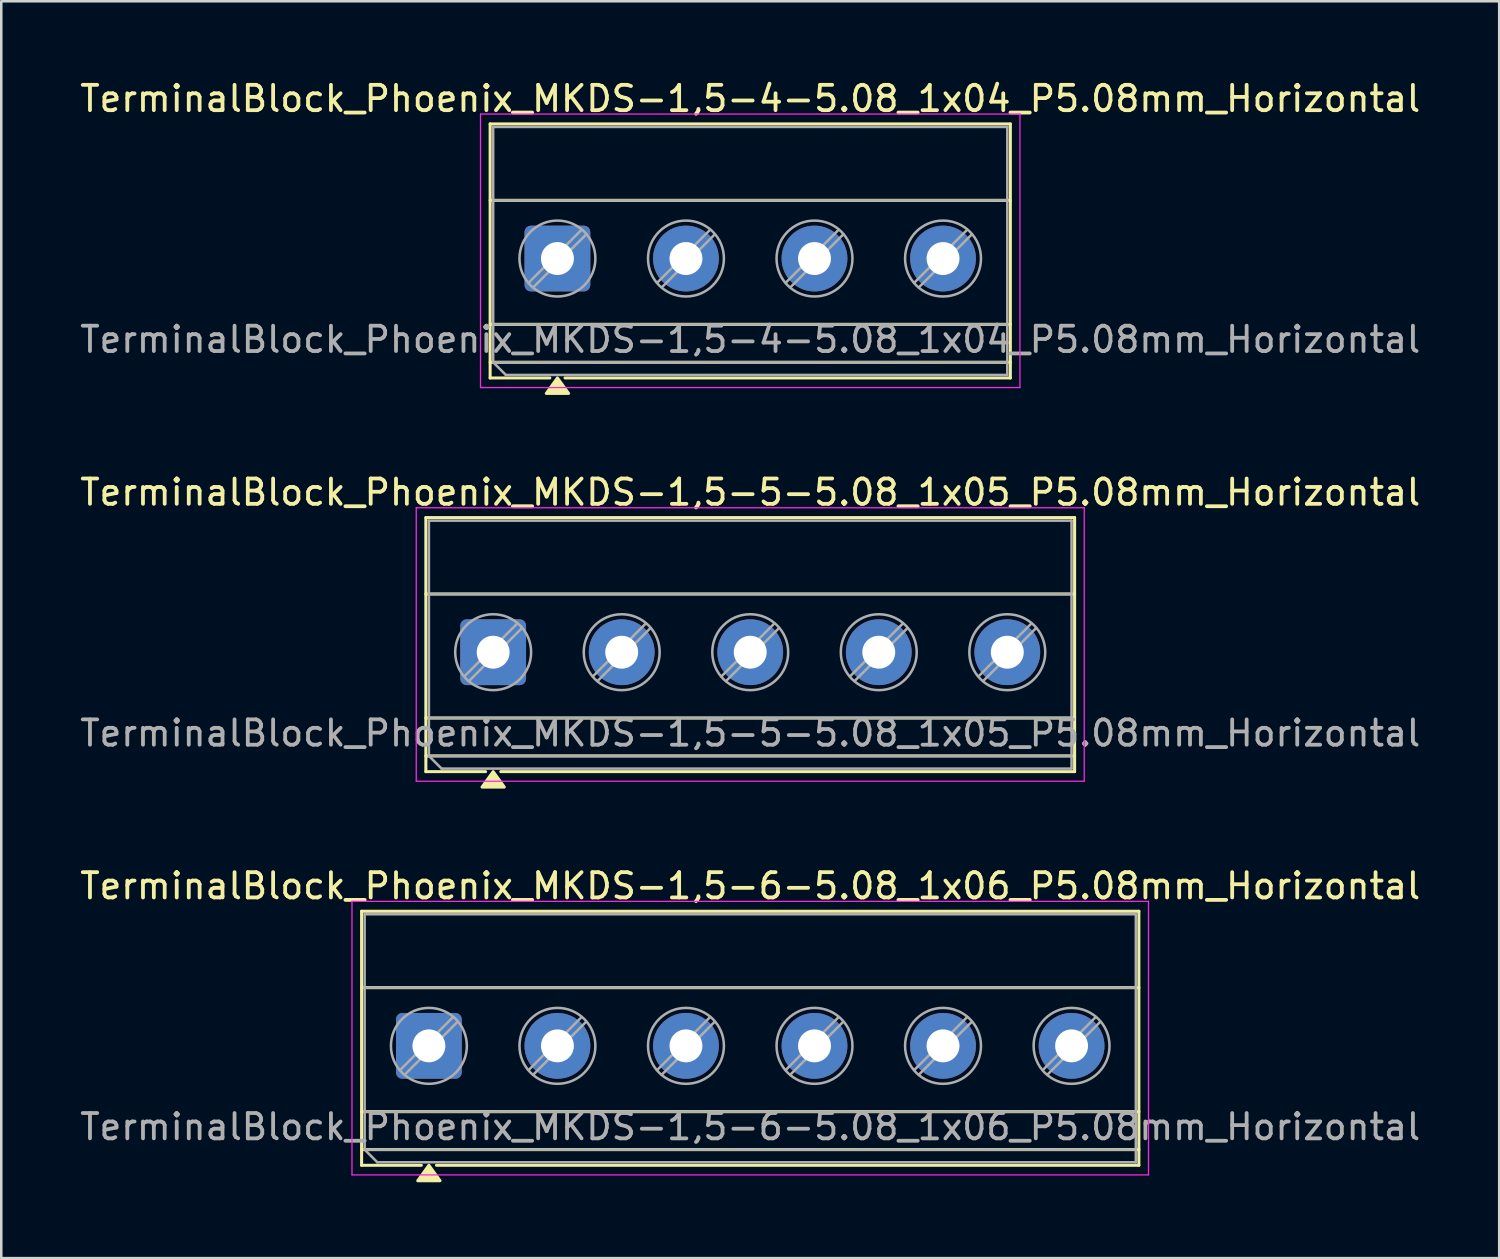
<source format=kicad_pcb>
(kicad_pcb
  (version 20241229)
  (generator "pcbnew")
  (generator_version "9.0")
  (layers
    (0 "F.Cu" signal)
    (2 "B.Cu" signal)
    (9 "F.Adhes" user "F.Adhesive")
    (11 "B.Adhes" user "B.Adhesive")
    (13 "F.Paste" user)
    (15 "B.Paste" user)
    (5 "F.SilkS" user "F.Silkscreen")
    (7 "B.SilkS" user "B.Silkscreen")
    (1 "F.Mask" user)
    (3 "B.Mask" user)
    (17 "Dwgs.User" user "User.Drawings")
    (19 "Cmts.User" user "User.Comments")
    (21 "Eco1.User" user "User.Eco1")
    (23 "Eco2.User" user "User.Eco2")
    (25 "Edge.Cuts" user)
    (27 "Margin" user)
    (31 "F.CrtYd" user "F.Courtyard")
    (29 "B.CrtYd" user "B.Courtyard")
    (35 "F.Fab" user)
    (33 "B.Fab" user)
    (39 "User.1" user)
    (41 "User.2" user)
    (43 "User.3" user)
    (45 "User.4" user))
  (footprint "TerminalBlock_Phoenix_MKDS-1,5-5-5.08_1x05_P5.08mm_Horizontal"
    (layer "F.Cu")
    (at 16.441 22.727)
    (property "Reference" "TerminalBlock_Phoenix_MKDS-1,5-5-5.08_1x05_P5.08mm_Horizontal" (at 10.16 -6.32 0) (layer "F.SilkS") (effects (font (size 1 1) (thickness 0.15))))
    (attr through_hole)
    (fp_line (start -2.66 -5.32) (end 22.98 -5.32) (stroke (width 0.12) (type solid)) (layer "F.SilkS"))
    (fp_line (start -2.66 -2.3) (end 22.98 -2.3) (stroke (width 0.12) (type solid)) (layer "F.SilkS"))
    (fp_line (start -2.66 2.6) (end 22.98 2.6) (stroke (width 0.12) (type solid)) (layer "F.SilkS"))
    (fp_line (start -2.66 4.1) (end 22.98 4.1) (stroke (width 0.12) (type solid)) (layer "F.SilkS"))
    (fp_line (start -2.66 4.72) (end -2.66 -5.32) (stroke (width 0.12) (type solid)) (layer "F.SilkS"))
    (fp_line (start -0.3 4.72) (end -2.66 4.72) (stroke (width 0.12) (type solid)) (layer "F.SilkS"))
    (fp_line (start 22.98 -5.32) (end 22.98 4.72) (stroke (width 0.12) (type solid)) (layer "F.SilkS"))
    (fp_line (start 22.98 4.72) (end 0.3 4.72) (stroke (width 0.12) (type solid)) (layer "F.SilkS"))
    (fp_poly (pts (xy 0 4.72) (xy 0.44 5.33) (xy -0.44 5.33)) (stroke (width 0.12) (type solid)) (fill yes) (layer "F.SilkS"))
    (fp_line (start -3.04 -5.71) (end -3.04 5.1) (stroke (width 0.05) (type solid)) (layer "F.CrtYd"))
    (fp_line (start -3.04 5.1) (end 23.36 5.1) (stroke (width 0.05) (type solid)) (layer "F.CrtYd"))
    (fp_line (start 23.36 -5.71) (end -3.04 -5.71) (stroke (width 0.05) (type solid)) (layer "F.CrtYd"))
    (fp_line (start 23.36 5.1) (end 23.36 -5.71) (stroke (width 0.05) (type solid)) (layer "F.CrtYd"))
    (fp_line (start -2.54 -5.2) (end 22.86 -5.2) (stroke (width 0.1) (type solid)) (layer "F.Fab"))
    (fp_line (start -2.54 -2.3) (end 22.86 -2.3) (stroke (width 0.1) (type solid)) (layer "F.Fab"))
    (fp_line (start -2.54 2.6) (end 22.86 2.6) (stroke (width 0.1) (type solid)) (layer "F.Fab"))
    (fp_line (start -2.54 4.1) (end -2.54 -5.2) (stroke (width 0.1) (type solid)) (layer "F.Fab"))
    (fp_line (start -2.54 4.1) (end 22.86 4.1) (stroke (width 0.1) (type solid)) (layer "F.Fab"))
    (fp_line (start -2.04 4.6) (end -2.54 4.1) (stroke (width 0.1) (type solid)) (layer "F.Fab"))
    (fp_line (start 0.955 -1.138) (end -1.138 0.955) (stroke (width 0.1) (type solid)) (layer "F.Fab"))
    (fp_line (start 1.138 -0.955) (end -0.955 1.138) (stroke (width 0.1) (type solid)) (layer "F.Fab"))
    (fp_line (start 6.035 -1.138) (end 3.942 0.955) (stroke (width 0.1) (type solid)) (layer "F.Fab"))
    (fp_line (start 6.218 -0.955) (end 4.125 1.138) (stroke (width 0.1) (type solid)) (layer "F.Fab"))
    (fp_line (start 11.115 -1.138) (end 9.022 0.955) (stroke (width 0.1) (type solid)) (layer "F.Fab"))
    (fp_line (start 11.298 -0.955) (end 9.205 1.138) (stroke (width 0.1) (type solid)) (layer "F.Fab"))
    (fp_line (start 16.195 -1.138) (end 14.102 0.955) (stroke (width 0.1) (type solid)) (layer "F.Fab"))
    (fp_line (start 16.378 -0.955) (end 14.285 1.138) (stroke (width 0.1) (type solid)) (layer "F.Fab"))
    (fp_line (start 21.275 -1.138) (end 19.182 0.955) (stroke (width 0.1) (type solid)) (layer "F.Fab"))
    (fp_line (start 21.458 -0.955) (end 19.365 1.138) (stroke (width 0.1) (type solid)) (layer "F.Fab"))
    (fp_line (start 22.86 -5.2) (end 22.86 4.6) (stroke (width 0.1) (type solid)) (layer "F.Fab"))
    (fp_line (start 22.86 4.6) (end -2.04 4.6) (stroke (width 0.1) (type solid)) (layer "F.Fab"))
    (fp_circle (center 0 0) (end 1.5 0) (stroke (width 0.1) (type solid)) (fill no) (layer "F.Fab"))
    (fp_circle (center 5.08 0) (end 6.58 0) (stroke (width 0.1) (type solid)) (fill no) (layer "F.Fab"))
    (fp_circle (center 10.16 0) (end 11.66 0) (stroke (width 0.1) (type solid)) (fill no) (layer "F.Fab"))
    (fp_circle (center 15.24 0) (end 16.74 0) (stroke (width 0.1) (type solid)) (fill no) (layer "F.Fab"))
    (fp_circle (center 20.32 0) (end 21.82 0) (stroke (width 0.1) (type solid)) (fill no) (layer "F.Fab"))
    (fp_text user "${REFERENCE}" (at 10.16 3.2 0) (layer "F.Fab") (effects (font (size 1 1) (thickness 0.15))))
    (pad "1" thru_hole roundrect (at 0 0) (size 2.6 2.6) (drill 1.3) (layers "*.Cu" "*.Mask") (roundrect_rratio 0.096))
    (pad "2" thru_hole circle (at 5.08 0) (size 2.6 2.6) (drill 1.3) (layers "*.Cu" "*.Mask"))
    (pad "3" thru_hole circle (at 10.16 0) (size 2.6 2.6) (drill 1.3) (layers "*.Cu" "*.Mask"))
    (pad "4" thru_hole circle (at 15.24 0) (size 2.6 2.6) (drill 1.3) (layers "*.Cu" "*.Mask"))
    (pad "5" thru_hole circle (at 20.32 0) (size 2.6 2.6) (drill 1.3) (layers "*.Cu" "*.Mask")))
  (footprint "TerminalBlock_Phoenix_MKDS-1,5-6-5.08_1x06_P5.08mm_Horizontal"
    (layer "F.Cu")
    (at 13.901 38.285)
    (property "Reference" "TerminalBlock_Phoenix_MKDS-1,5-6-5.08_1x06_P5.08mm_Horizontal" (at 12.7 -6.32 0) (layer "F.SilkS") (effects (font (size 1 1) (thickness 0.15))))
    (attr through_hole)
    (fp_line (start -2.66 -5.32) (end 28.06 -5.32) (stroke (width 0.12) (type solid)) (layer "F.SilkS"))
    (fp_line (start -2.66 -2.3) (end 28.06 -2.3) (stroke (width 0.12) (type solid)) (layer "F.SilkS"))
    (fp_line (start -2.66 2.6) (end 28.06 2.6) (stroke (width 0.12) (type solid)) (layer "F.SilkS"))
    (fp_line (start -2.66 4.1) (end 28.06 4.1) (stroke (width 0.12) (type solid)) (layer "F.SilkS"))
    (fp_line (start -2.66 4.72) (end -2.66 -5.32) (stroke (width 0.12) (type solid)) (layer "F.SilkS"))
    (fp_line (start -0.3 4.72) (end -2.66 4.72) (stroke (width 0.12) (type solid)) (layer "F.SilkS"))
    (fp_line (start 28.06 -5.32) (end 28.06 4.72) (stroke (width 0.12) (type solid)) (layer "F.SilkS"))
    (fp_line (start 28.06 4.72) (end 0.3 4.72) (stroke (width 0.12) (type solid)) (layer "F.SilkS"))
    (fp_poly (pts (xy 0 4.72) (xy 0.44 5.33) (xy -0.44 5.33)) (stroke (width 0.12) (type solid)) (fill yes) (layer "F.SilkS"))
    (fp_line (start -3.04 -5.71) (end -3.04 5.1) (stroke (width 0.05) (type solid)) (layer "F.CrtYd"))
    (fp_line (start -3.04 5.1) (end 28.44 5.1) (stroke (width 0.05) (type solid)) (layer "F.CrtYd"))
    (fp_line (start 28.44 -5.71) (end -3.04 -5.71) (stroke (width 0.05) (type solid)) (layer "F.CrtYd"))
    (fp_line (start 28.44 5.1) (end 28.44 -5.71) (stroke (width 0.05) (type solid)) (layer "F.CrtYd"))
    (fp_line (start -2.54 -5.2) (end 27.94 -5.2) (stroke (width 0.1) (type solid)) (layer "F.Fab"))
    (fp_line (start -2.54 -2.3) (end 27.94 -2.3) (stroke (width 0.1) (type solid)) (layer "F.Fab"))
    (fp_line (start -2.54 2.6) (end 27.94 2.6) (stroke (width 0.1) (type solid)) (layer "F.Fab"))
    (fp_line (start -2.54 4.1) (end -2.54 -5.2) (stroke (width 0.1) (type solid)) (layer "F.Fab"))
    (fp_line (start -2.54 4.1) (end 27.94 4.1) (stroke (width 0.1) (type solid)) (layer "F.Fab"))
    (fp_line (start -2.04 4.6) (end -2.54 4.1) (stroke (width 0.1) (type solid)) (layer "F.Fab"))
    (fp_line (start 0.955 -1.138) (end -1.138 0.955) (stroke (width 0.1) (type solid)) (layer "F.Fab"))
    (fp_line (start 1.138 -0.955) (end -0.955 1.138) (stroke (width 0.1) (type solid)) (layer "F.Fab"))
    (fp_line (start 6.035 -1.138) (end 3.942 0.955) (stroke (width 0.1) (type solid)) (layer "F.Fab"))
    (fp_line (start 6.218 -0.955) (end 4.125 1.138) (stroke (width 0.1) (type solid)) (layer "F.Fab"))
    (fp_line (start 11.115 -1.138) (end 9.022 0.955) (stroke (width 0.1) (type solid)) (layer "F.Fab"))
    (fp_line (start 11.298 -0.955) (end 9.205 1.138) (stroke (width 0.1) (type solid)) (layer "F.Fab"))
    (fp_line (start 16.195 -1.138) (end 14.102 0.955) (stroke (width 0.1) (type solid)) (layer "F.Fab"))
    (fp_line (start 16.378 -0.955) (end 14.285 1.138) (stroke (width 0.1) (type solid)) (layer "F.Fab"))
    (fp_line (start 21.275 -1.138) (end 19.182 0.955) (stroke (width 0.1) (type solid)) (layer "F.Fab"))
    (fp_line (start 21.458 -0.955) (end 19.365 1.138) (stroke (width 0.1) (type solid)) (layer "F.Fab"))
    (fp_line (start 26.355 -1.138) (end 24.262 0.955) (stroke (width 0.1) (type solid)) (layer "F.Fab"))
    (fp_line (start 26.538 -0.955) (end 24.445 1.138) (stroke (width 0.1) (type solid)) (layer "F.Fab"))
    (fp_line (start 27.94 -5.2) (end 27.94 4.6) (stroke (width 0.1) (type solid)) (layer "F.Fab"))
    (fp_line (start 27.94 4.6) (end -2.04 4.6) (stroke (width 0.1) (type solid)) (layer "F.Fab"))
    (fp_circle (center 0 0) (end 1.5 0) (stroke (width 0.1) (type solid)) (fill no) (layer "F.Fab"))
    (fp_circle (center 5.08 0) (end 6.58 0) (stroke (width 0.1) (type solid)) (fill no) (layer "F.Fab"))
    (fp_circle (center 10.16 0) (end 11.66 0) (stroke (width 0.1) (type solid)) (fill no) (layer "F.Fab"))
    (fp_circle (center 15.24 0) (end 16.74 0) (stroke (width 0.1) (type solid)) (fill no) (layer "F.Fab"))
    (fp_circle (center 20.32 0) (end 21.82 0) (stroke (width 0.1) (type solid)) (fill no) (layer "F.Fab"))
    (fp_circle (center 25.4 0) (end 26.9 0) (stroke (width 0.1) (type solid)) (fill no) (layer "F.Fab"))
    (fp_text user "${REFERENCE}" (at 12.7 3.2 0) (layer "F.Fab") (effects (font (size 1 1) (thickness 0.15))))
    (pad "1" thru_hole roundrect (at 0 0) (size 2.6 2.6) (drill 1.3) (layers "*.Cu" "*.Mask") (roundrect_rratio 0.096))
    (pad "2" thru_hole circle (at 5.08 0) (size 2.6 2.6) (drill 1.3) (layers "*.Cu" "*.Mask"))
    (pad "3" thru_hole circle (at 10.16 0) (size 2.6 2.6) (drill 1.3) (layers "*.Cu" "*.Mask"))
    (pad "4" thru_hole circle (at 15.24 0) (size 2.6 2.6) (drill 1.3) (layers "*.Cu" "*.Mask"))
    (pad "5" thru_hole circle (at 20.32 0) (size 2.6 2.6) (drill 1.3) (layers "*.Cu" "*.Mask"))
    (pad "6" thru_hole circle (at 25.4 0) (size 2.6 2.6) (drill 1.3) (layers "*.Cu" "*.Mask")))
  (footprint "TerminalBlock_Phoenix_MKDS-1,5-4-5.08_1x04_P5.08mm_Horizontal"
    (layer "F.Cu")
    (at 18.981 7.168)
    (property "Reference" "TerminalBlock_Phoenix_MKDS-1,5-4-5.08_1x04_P5.08mm_Horizontal" (at 7.62 -6.32 0) (layer "F.SilkS") (effects (font (size 1 1) (thickness 0.15))))
    (attr through_hole)
    (fp_line (start -2.66 -5.32) (end 17.9 -5.32) (stroke (width 0.12) (type solid)) (layer "F.SilkS"))
    (fp_line (start -2.66 -2.3) (end 17.9 -2.3) (stroke (width 0.12) (type solid)) (layer "F.SilkS"))
    (fp_line (start -2.66 2.6) (end 17.9 2.6) (stroke (width 0.12) (type solid)) (layer "F.SilkS"))
    (fp_line (start -2.66 4.1) (end 17.9 4.1) (stroke (width 0.12) (type solid)) (layer "F.SilkS"))
    (fp_line (start -2.66 4.72) (end -2.66 -5.32) (stroke (width 0.12) (type solid)) (layer "F.SilkS"))
    (fp_line (start -0.3 4.72) (end -2.66 4.72) (stroke (width 0.12) (type solid)) (layer "F.SilkS"))
    (fp_line (start 17.9 -5.32) (end 17.9 4.72) (stroke (width 0.12) (type solid)) (layer "F.SilkS"))
    (fp_line (start 17.9 4.72) (end 0.3 4.72) (stroke (width 0.12) (type solid)) (layer "F.SilkS"))
    (fp_poly (pts (xy 0 4.72) (xy 0.44 5.33) (xy -0.44 5.33)) (stroke (width 0.12) (type solid)) (fill yes) (layer "F.SilkS"))
    (fp_line (start -3.04 -5.71) (end -3.04 5.1) (stroke (width 0.05) (type solid)) (layer "F.CrtYd"))
    (fp_line (start -3.04 5.1) (end 18.28 5.1) (stroke (width 0.05) (type solid)) (layer "F.CrtYd"))
    (fp_line (start 18.28 -5.71) (end -3.04 -5.71) (stroke (width 0.05) (type solid)) (layer "F.CrtYd"))
    (fp_line (start 18.28 5.1) (end 18.28 -5.71) (stroke (width 0.05) (type solid)) (layer "F.CrtYd"))
    (fp_line (start -2.54 -5.2) (end 17.78 -5.2) (stroke (width 0.1) (type solid)) (layer "F.Fab"))
    (fp_line (start -2.54 -2.3) (end 17.78 -2.3) (stroke (width 0.1) (type solid)) (layer "F.Fab"))
    (fp_line (start -2.54 2.6) (end 17.78 2.6) (stroke (width 0.1) (type solid)) (layer "F.Fab"))
    (fp_line (start -2.54 4.1) (end -2.54 -5.2) (stroke (width 0.1) (type solid)) (layer "F.Fab"))
    (fp_line (start -2.54 4.1) (end 17.78 4.1) (stroke (width 0.1) (type solid)) (layer "F.Fab"))
    (fp_line (start -2.04 4.6) (end -2.54 4.1) (stroke (width 0.1) (type solid)) (layer "F.Fab"))
    (fp_line (start 0.955 -1.138) (end -1.138 0.955) (stroke (width 0.1) (type solid)) (layer "F.Fab"))
    (fp_line (start 1.138 -0.955) (end -0.955 1.138) (stroke (width 0.1) (type solid)) (layer "F.Fab"))
    (fp_line (start 6.035 -1.138) (end 3.942 0.955) (stroke (width 0.1) (type solid)) (layer "F.Fab"))
    (fp_line (start 6.218 -0.955) (end 4.125 1.138) (stroke (width 0.1) (type solid)) (layer "F.Fab"))
    (fp_line (start 11.115 -1.138) (end 9.022 0.955) (stroke (width 0.1) (type solid)) (layer "F.Fab"))
    (fp_line (start 11.298 -0.955) (end 9.205 1.138) (stroke (width 0.1) (type solid)) (layer "F.Fab"))
    (fp_line (start 16.195 -1.138) (end 14.102 0.955) (stroke (width 0.1) (type solid)) (layer "F.Fab"))
    (fp_line (start 16.378 -0.955) (end 14.285 1.138) (stroke (width 0.1) (type solid)) (layer "F.Fab"))
    (fp_line (start 17.78 -5.2) (end 17.78 4.6) (stroke (width 0.1) (type solid)) (layer "F.Fab"))
    (fp_line (start 17.78 4.6) (end -2.04 4.6) (stroke (width 0.1) (type solid)) (layer "F.Fab"))
    (fp_circle (center 0 0) (end 1.5 0) (stroke (width 0.1) (type solid)) (fill no) (layer "F.Fab"))
    (fp_circle (center 5.08 0) (end 6.58 0) (stroke (width 0.1) (type solid)) (fill no) (layer "F.Fab"))
    (fp_circle (center 10.16 0) (end 11.66 0) (stroke (width 0.1) (type solid)) (fill no) (layer "F.Fab"))
    (fp_circle (center 15.24 0) (end 16.74 0) (stroke (width 0.1) (type solid)) (fill no) (layer "F.Fab"))
    (fp_text user "${REFERENCE}" (at 7.62 3.2 0) (layer "F.Fab") (effects (font (size 1 1) (thickness 0.15))))
    (pad "1" thru_hole roundrect (at 0 0) (size 2.6 2.6) (drill 1.3) (layers "*.Cu" "*.Mask") (roundrect_rratio 0.096))
    (pad "2" thru_hole circle (at 5.08 0) (size 2.6 2.6) (drill 1.3) (layers "*.Cu" "*.Mask"))
    (pad "3" thru_hole circle (at 10.16 0) (size 2.6 2.6) (drill 1.3) (layers "*.Cu" "*.Mask"))
    (pad "4" thru_hole circle (at 15.24 0) (size 2.6 2.6) (drill 1.3) (layers "*.Cu" "*.Mask")))
  (gr_rect
    (start -3 -3)
    (end 56.202 46.675)
    (stroke (width 0.1) (type default))
    (fill no)
    (layer "Edge.Cuts")))
</source>
